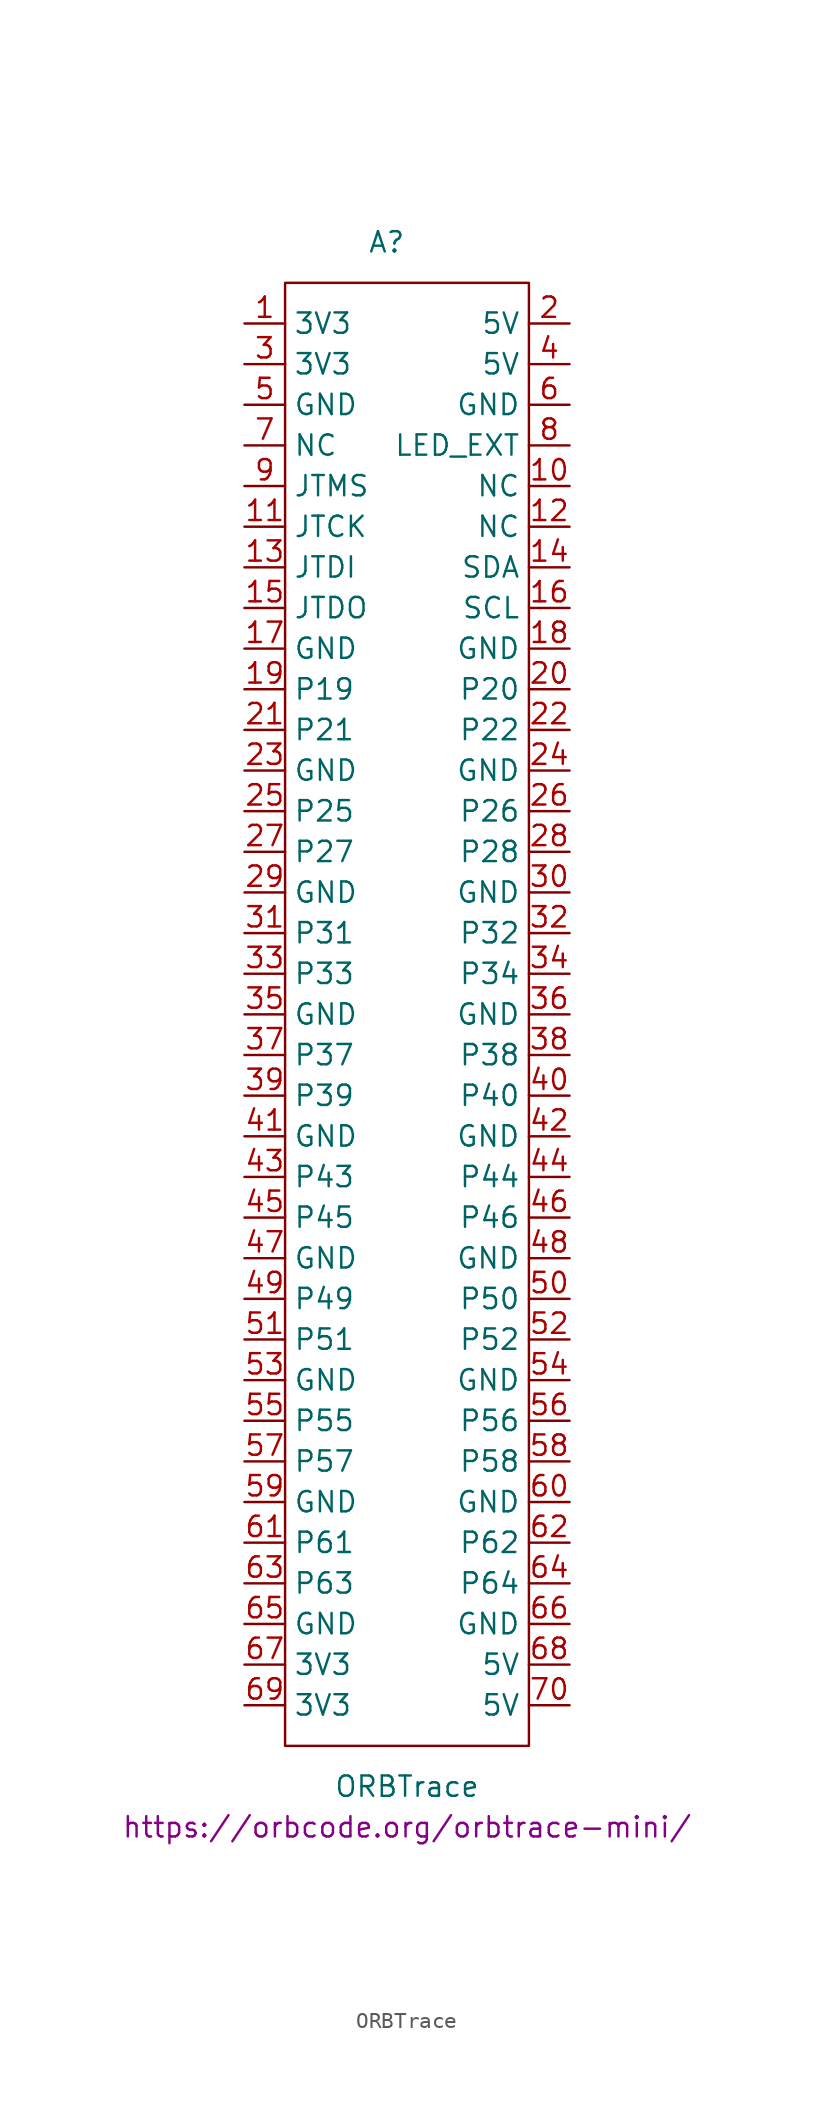
<source format=kicad_sym>
(kicad_symbol_lib
  (version 20211014)
  (generator kicad_symbol_editor)
  (symbol "ORBTrace"
    (property "Reference" "A"
      (at -1.27 48.26 0)
      (effects (font (size 1.27 1.27))))
    (property "Value" "ORBTrace"
      (at 0 -48.26 0)
      (effects (font (size 1.27 1.27))))
    (property "Datasheet" "https://orbcode.org/orbtrace-mini/"
      (at 0 -50.8 0)
      (effects (font (size 1.27 1.27))))
    (symbol "ORBTrace_0_1"
      (rectangle (start -7.62 45.72) (end 7.62 -45.72) (stroke (width 0) (type default) (color 0 0 0 0)) (fill (type none))))
    (symbol "ORBTrace_1_1"
      (pin power_out line (at -10.16 43.18 0) (length 2.54) (name "3V3" (effects (font (size 1.27 1.27)))) (number "1" (effects (font (size 1.27 1.27)))))
      (pin free line (at 10.16 33.02 180) (length 2.54) (name "NC" (effects (font (size 1.27 1.27)))) (number "10" (effects (font (size 1.27 1.27)))))
      (pin input line (at -10.16 30.48 0) (length 2.54) (name "JTCK" (effects (font (size 1.27 1.27)))) (number "11" (effects (font (size 1.27 1.27)))))
      (pin free line (at 10.16 30.48 180) (length 2.54) (name "NC" (effects (font (size 1.27 1.27)))) (number "12" (effects (font (size 1.27 1.27)))))
      (pin input line (at -10.16 27.94 0) (length 2.54) (name "JTDI" (effects (font (size 1.27 1.27)))) (number "13" (effects (font (size 1.27 1.27)))))
      (pin bidirectional line (at 10.16 27.94 180) (length 2.54) (name "SDA" (effects (font (size 1.27 1.27)))) (number "14" (effects (font (size 1.27 1.27)))))
      (pin output line (at -10.16 25.4 0) (length 2.54) (name "JTDO" (effects (font (size 1.27 1.27)))) (number "15" (effects (font (size 1.27 1.27)))))
      (pin output line (at 10.16 25.4 180) (length 2.54) (name "SCL" (effects (font (size 1.27 1.27)))) (number "16" (effects (font (size 1.27 1.27)))))
      (pin power_out line (at -10.16 22.86 0) (length 2.54) (name "GND" (effects (font (size 1.27 1.27)))) (number "17" (effects (font (size 1.27 1.27)))))
      (pin power_out line (at 10.16 22.86 180) (length 2.54) (name "GND" (effects (font (size 1.27 1.27)))) (number "18" (effects (font (size 1.27 1.27)))))
      (pin bidirectional line (at -10.16 20.32 0) (length 2.54) (name "P19" (effects (font (size 1.27 1.27)))) (number "19" (effects (font (size 1.27 1.27)))))
      (pin power_out line (at 10.16 43.18 180) (length 2.54) (name "5V" (effects (font (size 1.27 1.27)))) (number "2" (effects (font (size 1.27 1.27)))))
      (pin bidirectional line (at 10.16 20.32 180) (length 2.54) (name "P20" (effects (font (size 1.27 1.27)))) (number "20" (effects (font (size 1.27 1.27)))))
      (pin bidirectional line (at -10.16 17.78 0) (length 2.54) (name "P21" (effects (font (size 1.27 1.27)))) (number "21" (effects (font (size 1.27 1.27)))))
      (pin bidirectional line (at 10.16 17.78 180) (length 2.54) (name "P22" (effects (font (size 1.27 1.27)))) (number "22" (effects (font (size 1.27 1.27)))))
      (pin power_out line (at -10.16 15.24 0) (length 2.54) (name "GND" (effects (font (size 1.27 1.27)))) (number "23" (effects (font (size 1.27 1.27)))))
      (pin power_out line (at 10.16 15.24 180) (length 2.54) (name "GND" (effects (font (size 1.27 1.27)))) (number "24" (effects (font (size 1.27 1.27)))))
      (pin bidirectional line (at -10.16 12.7 0) (length 2.54) (name "P25" (effects (font (size 1.27 1.27)))) (number "25" (effects (font (size 1.27 1.27)))))
      (pin bidirectional line (at 10.16 12.7 180) (length 2.54) (name "P26" (effects (font (size 1.27 1.27)))) (number "26" (effects (font (size 1.27 1.27)))))
      (pin bidirectional line (at -10.16 10.16 0) (length 2.54) (name "P27" (effects (font (size 1.27 1.27)))) (number "27" (effects (font (size 1.27 1.27)))))
      (pin bidirectional line (at 10.16 10.16 180) (length 2.54) (name "P28" (effects (font (size 1.27 1.27)))) (number "28" (effects (font (size 1.27 1.27)))))
      (pin power_out line (at -10.16 7.62 0) (length 2.54) (name "GND" (effects (font (size 1.27 1.27)))) (number "29" (effects (font (size 1.27 1.27)))))
      (pin power_out line (at -10.16 40.64 0) (length 2.54) (name "3V3" (effects (font (size 1.27 1.27)))) (number "3" (effects (font (size 1.27 1.27)))))
      (pin power_out line (at 10.16 7.62 180) (length 2.54) (name "GND" (effects (font (size 1.27 1.27)))) (number "30" (effects (font (size 1.27 1.27)))))
      (pin bidirectional line (at -10.16 5.08 0) (length 2.54) (name "P31" (effects (font (size 1.27 1.27)))) (number "31" (effects (font (size 1.27 1.27)))))
      (pin bidirectional line (at 10.16 5.08 180) (length 2.54) (name "P32" (effects (font (size 1.27 1.27)))) (number "32" (effects (font (size 1.27 1.27)))))
      (pin bidirectional line (at -10.16 2.54 0) (length 2.54) (name "P33" (effects (font (size 1.27 1.27)))) (number "33" (effects (font (size 1.27 1.27)))))
      (pin bidirectional line (at 10.16 2.54 180) (length 2.54) (name "P34" (effects (font (size 1.27 1.27)))) (number "34" (effects (font (size 1.27 1.27)))))
      (pin power_out line (at -10.16 0 0) (length 2.54) (name "GND" (effects (font (size 1.27 1.27)))) (number "35" (effects (font (size 1.27 1.27)))))
      (pin power_out line (at 10.16 0 180) (length 2.54) (name "GND" (effects (font (size 1.27 1.27)))) (number "36" (effects (font (size 1.27 1.27)))))
      (pin bidirectional line (at -10.16 -2.54 0) (length 2.54) (name "P37" (effects (font (size 1.27 1.27)))) (number "37" (effects (font (size 1.27 1.27)))))
      (pin bidirectional line (at 10.16 -2.54 180) (length 2.54) (name "P38" (effects (font (size 1.27 1.27)))) (number "38" (effects (font (size 1.27 1.27)))))
      (pin bidirectional line (at -10.16 -5.08 0) (length 2.54) (name "P39" (effects (font (size 1.27 1.27)))) (number "39" (effects (font (size 1.27 1.27)))))
      (pin power_out line (at 10.16 40.64 180) (length 2.54) (name "5V" (effects (font (size 1.27 1.27)))) (number "4" (effects (font (size 1.27 1.27)))))
      (pin bidirectional line (at 10.16 -5.08 180) (length 2.54) (name "P40" (effects (font (size 1.27 1.27)))) (number "40" (effects (font (size 1.27 1.27)))))
      (pin power_out line (at -10.16 -7.62 0) (length 2.54) (name "GND" (effects (font (size 1.27 1.27)))) (number "41" (effects (font (size 1.27 1.27)))))
      (pin power_out line (at 10.16 -7.62 180) (length 2.54) (name "GND" (effects (font (size 1.27 1.27)))) (number "42" (effects (font (size 1.27 1.27)))))
      (pin bidirectional line (at -10.16 -10.16 0) (length 2.54) (name "P43" (effects (font (size 1.27 1.27)))) (number "43" (effects (font (size 1.27 1.27)))))
      (pin bidirectional line (at 10.16 -10.16 180) (length 2.54) (name "P44" (effects (font (size 1.27 1.27)))) (number "44" (effects (font (size 1.27 1.27)))))
      (pin bidirectional line (at -10.16 -12.7 0) (length 2.54) (name "P45" (effects (font (size 1.27 1.27)))) (number "45" (effects (font (size 1.27 1.27)))))
      (pin bidirectional line (at 10.16 -12.7 180) (length 2.54) (name "P46" (effects (font (size 1.27 1.27)))) (number "46" (effects (font (size 1.27 1.27)))))
      (pin power_out line (at -10.16 -15.24 0) (length 2.54) (name "GND" (effects (font (size 1.27 1.27)))) (number "47" (effects (font (size 1.27 1.27)))))
      (pin power_out line (at 10.16 -15.24 180) (length 2.54) (name "GND" (effects (font (size 1.27 1.27)))) (number "48" (effects (font (size 1.27 1.27)))))
      (pin bidirectional line (at -10.16 -17.78 0) (length 2.54) (name "P49" (effects (font (size 1.27 1.27)))) (number "49" (effects (font (size 1.27 1.27)))))
      (pin power_out line (at -10.16 38.1 0) (length 2.54) (name "GND" (effects (font (size 1.27 1.27)))) (number "5" (effects (font (size 1.27 1.27)))))
      (pin bidirectional line (at 10.16 -17.78 180) (length 2.54) (name "P50" (effects (font (size 1.27 1.27)))) (number "50" (effects (font (size 1.27 1.27)))))
      (pin bidirectional line (at -10.16 -20.32 0) (length 2.54) (name "P51" (effects (font (size 1.27 1.27)))) (number "51" (effects (font (size 1.27 1.27)))))
      (pin bidirectional line (at 10.16 -20.32 180) (length 2.54) (name "P52" (effects (font (size 1.27 1.27)))) (number "52" (effects (font (size 1.27 1.27)))))
      (pin power_out line (at -10.16 -22.86 0) (length 2.54) (name "GND" (effects (font (size 1.27 1.27)))) (number "53" (effects (font (size 1.27 1.27)))))
      (pin power_out line (at 10.16 -22.86 180) (length 2.54) (name "GND" (effects (font (size 1.27 1.27)))) (number "54" (effects (font (size 1.27 1.27)))))
      (pin bidirectional line (at -10.16 -25.4 0) (length 2.54) (name "P55" (effects (font (size 1.27 1.27)))) (number "55" (effects (font (size 1.27 1.27)))))
      (pin bidirectional line (at 10.16 -25.4 180) (length 2.54) (name "P56" (effects (font (size 1.27 1.27)))) (number "56" (effects (font (size 1.27 1.27)))))
      (pin bidirectional line (at -10.16 -27.94 0) (length 2.54) (name "P57" (effects (font (size 1.27 1.27)))) (number "57" (effects (font (size 1.27 1.27)))))
      (pin bidirectional line (at 10.16 -27.94 180) (length 2.54) (name "P58" (effects (font (size 1.27 1.27)))) (number "58" (effects (font (size 1.27 1.27)))))
      (pin power_out line (at -10.16 -30.48 0) (length 2.54) (name "GND" (effects (font (size 1.27 1.27)))) (number "59" (effects (font (size 1.27 1.27)))))
      (pin power_out line (at 10.16 38.1 180) (length 2.54) (name "GND" (effects (font (size 1.27 1.27)))) (number "6" (effects (font (size 1.27 1.27)))))
      (pin power_out line (at 10.16 -30.48 180) (length 2.54) (name "GND" (effects (font (size 1.27 1.27)))) (number "60" (effects (font (size 1.27 1.27)))))
      (pin bidirectional line (at -10.16 -33.02 0) (length 2.54) (name "P61" (effects (font (size 1.27 1.27)))) (number "61" (effects (font (size 1.27 1.27)))))
      (pin bidirectional line (at 10.16 -33.02 180) (length 2.54) (name "P62" (effects (font (size 1.27 1.27)))) (number "62" (effects (font (size 1.27 1.27)))))
      (pin bidirectional line (at -10.16 -35.56 0) (length 2.54) (name "P63" (effects (font (size 1.27 1.27)))) (number "63" (effects (font (size 1.27 1.27)))))
      (pin bidirectional line (at 10.16 -35.56 180) (length 2.54) (name "P64" (effects (font (size 1.27 1.27)))) (number "64" (effects (font (size 1.27 1.27)))))
      (pin power_out line (at -10.16 -38.1 0) (length 2.54) (name "GND" (effects (font (size 1.27 1.27)))) (number "65" (effects (font (size 1.27 1.27)))))
      (pin power_out line (at 10.16 -38.1 180) (length 2.54) (name "GND" (effects (font (size 1.27 1.27)))) (number "66" (effects (font (size 1.27 1.27)))))
      (pin power_out line (at -10.16 -40.64 0) (length 2.54) (name "3V3" (effects (font (size 1.27 1.27)))) (number "67" (effects (font (size 1.27 1.27)))))
      (pin power_out line (at 10.16 -40.64 180) (length 2.54) (name "5V" (effects (font (size 1.27 1.27)))) (number "68" (effects (font (size 1.27 1.27)))))
      (pin power_out line (at -10.16 -43.18 0) (length 2.54) (name "3V3" (effects (font (size 1.27 1.27)))) (number "69" (effects (font (size 1.27 1.27)))))
      (pin free line (at -10.16 35.56 0) (length 2.54) (name "NC" (effects (font (size 1.27 1.27)))) (number "7" (effects (font (size 1.27 1.27)))))
      (pin power_out line (at 10.16 -43.18 180) (length 2.54) (name "5V" (effects (font (size 1.27 1.27)))) (number "70" (effects (font (size 1.27 1.27)))))
      (pin output line (at 10.16 35.56 180) (length 2.54) (name "LED_EXT" (effects (font (size 1.27 1.27)))) (number "8" (effects (font (size 1.27 1.27)))))
      (pin input line (at -10.16 33.02 0) (length 2.54) (name "JTMS" (effects (font (size 1.27 1.27)))) (number "9" (effects (font (size 1.27 1.27))))))))
</source>
